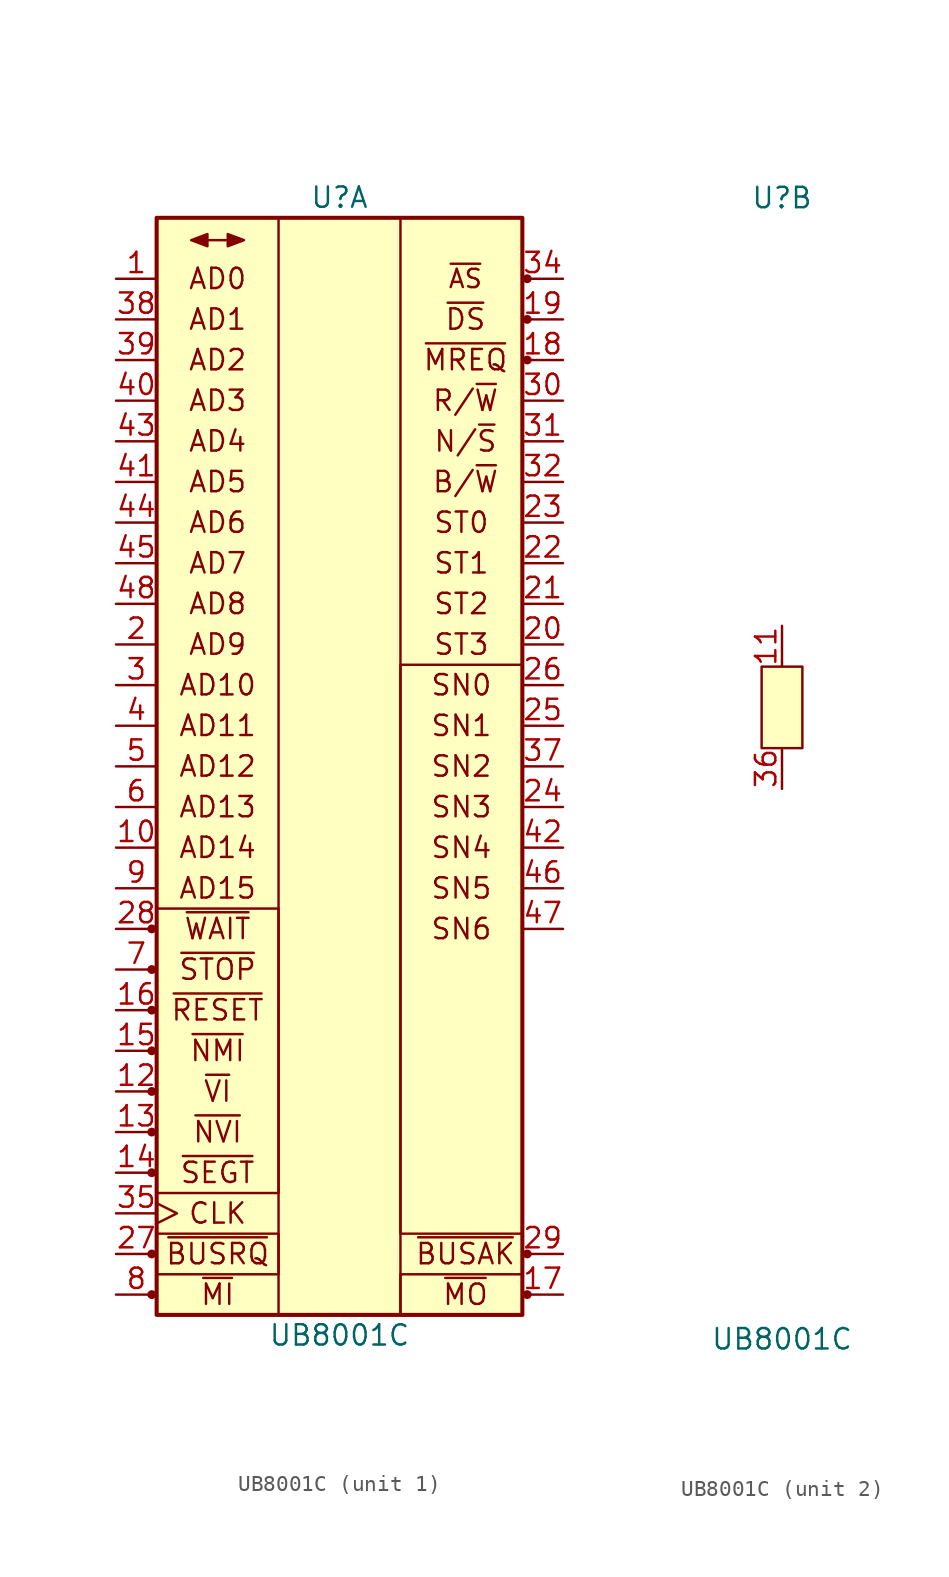
<source format=kicad_sym>
(kicad_symbol_lib
  (version 20211014)
  (generator kicad_symbol_editor)
  (symbol "UB8001C"
    (pin_names
      (offset 1.016) hide)
    (property "Reference" "U"
      (at 0 31.75 0)
      (effects (font (size 1.27 1.27))))
    (property "Value" "UB8001C"
      (at 0 -39.37 0)
      (effects (font (size 1.27 1.27))))
    (property "ki_locked" ""
      (at 0 0 0)
      (effects (font (size 1.27 1.27))))
    (symbol "UB8001C_1_1"
      (circle (center -11.735 -36.83) (radius 0.203) (stroke (width 0) (type default) (color 0 0 0 0)) (fill (type outline)))
      (circle (center -11.735 -34.29) (radius 0.203) (stroke (width 0) (type default) (color 0 0 0 0)) (fill (type outline)))
      (circle (center -11.735 -29.21) (radius 0.203) (stroke (width 0) (type default) (color 0 0 0 0)) (fill (type outline)))
      (circle (center -11.735 -26.67) (radius 0.203) (stroke (width 0) (type default) (color 0 0 0 0)) (fill (type outline)))
      (circle (center -11.735 -24.13) (radius 0.203) (stroke (width 0) (type default) (color 0 0 0 0)) (fill (type outline)))
      (circle (center -11.735 -21.59) (radius 0.203) (stroke (width 0) (type default) (color 0 0 0 0)) (fill (type outline)))
      (circle (center -11.735 -19.05) (radius 0.203) (stroke (width 0) (type default) (color 0 0 0 0)) (fill (type outline)))
      (circle (center -11.735 -16.51) (radius 0.203) (stroke (width 0) (type default) (color 0 0 0 0)) (fill (type outline)))
      (circle (center -11.735 -13.97) (radius 0.203) (stroke (width 0) (type default) (color 0 0 0 0)) (fill (type outline)))
      (rectangle (start -11.43 -35.56) (end -3.81 -33.02) (stroke (width 0) (type default) (color 0 0 0 0)) (fill (type none)))
      (rectangle (start -11.43 -12.7) (end -3.81 -30.48) (stroke (width 0) (type default) (color 0 0 0 0)) (fill (type none)))
      (rectangle (start -11.43 30.48) (end 11.43 -38.1) (stroke (width 0.254) (type default) (color 0 0 0 0)) (fill (type background)))
      (rectangle (start -3.81 30.48) (end 3.81 -38.1) (stroke (width 0) (type default) (color 0 0 0 0)) (fill (type none)))
      (polyline (pts (xy -8.255 29.083) (xy -6.985 29.083)) (stroke (width 0) (type default) (color 0 0 0 0)) (fill (type none)))
      (polyline (pts (xy -8.255 29.464) (xy -9.271 29.083) (xy -8.255 28.702) (xy -8.255 29.464)) (stroke (width 0) (type default) (color 0 0 0 0)) (fill (type outline)))
      (polyline (pts (xy -6.985 29.464) (xy -5.969 29.083) (xy -6.985 28.702) (xy -6.985 29.464)) (stroke (width 0) (type default) (color 0 0 0 0)) (fill (type outline)))
      (rectangle (start 3.81 -35.56) (end 11.43 -38.1) (stroke (width 0) (type default) (color 0 0 0 0)) (fill (type none)))
      (rectangle (start 3.81 2.54) (end 11.43 -33.02) (stroke (width 0) (type default) (color 0 0 0 0)) (fill (type none)))
      (circle (center 11.735 -36.83) (radius 0.203) (stroke (width 0) (type default) (color 0 0 0 0)) (fill (type outline)))
      (circle (center 11.735 -34.29) (radius 0.203) (stroke (width 0) (type default) (color 0 0 0 0)) (fill (type outline)))
      (circle (center 11.735 21.59) (radius 0.203) (stroke (width 0) (type default) (color 0 0 0 0)) (fill (type outline)))
      (circle (center 11.735 24.13) (radius 0.203) (stroke (width 0) (type default) (color 0 0 0 0)) (fill (type outline)))
      (circle (center 11.735 26.67) (radius 0.203) (stroke (width 0) (type default) (color 0 0 0 0)) (fill (type outline)))
      (text "AD0" (at -7.62 26.67 0) (effects (font (size 1.27 1.27))))
      (text "AD1" (at -7.62 24.13 0) (effects (font (size 1.27 1.27))))
      (text "AD10" (at -7.62 1.27 0) (effects (font (size 1.27 1.27))))
      (text "AD11" (at -7.62 -1.27 0) (effects (font (size 1.27 1.27))))
      (text "AD12" (at -7.62 -3.81 0) (effects (font (size 1.27 1.27))))
      (text "AD13" (at -7.62 -6.35 0) (effects (font (size 1.27 1.27))))
      (text "AD14" (at -7.62 -8.89 0) (effects (font (size 1.27 1.27))))
      (text "AD15" (at -7.62 -11.43 0) (effects (font (size 1.27 1.27))))
      (text "AD2" (at -7.62 21.59 0) (effects (font (size 1.27 1.27))))
      (text "AD3" (at -7.62 19.05 0) (effects (font (size 1.27 1.27))))
      (text "AD4" (at -7.62 16.51 0) (effects (font (size 1.27 1.27))))
      (text "AD5" (at -7.62 13.97 0) (effects (font (size 1.27 1.27))))
      (text "AD6" (at -7.62 11.43 0) (effects (font (size 1.27 1.27))))
      (text "AD7" (at -7.62 8.89 0) (effects (font (size 1.27 1.27))))
      (text "AD8" (at -7.62 6.35 0) (effects (font (size 1.27 1.27))))
      (text "AD9" (at -7.62 3.81 0) (effects (font (size 1.27 1.27))))
      (text "B/~{W}" (at 7.874 13.97 0) (effects (font (size 1.27 1.27))))
      (text "CLK" (at -7.62 -31.75 0) (effects (font (size 1.27 1.27))))
      (text "N/~{S}" (at 7.874 16.51 0) (effects (font (size 1.27 1.27))))
      (text "R/~{W}" (at 7.874 19.05 0) (effects (font (size 1.27 1.27))))
      (text "SN0" (at 7.62 1.27 0) (effects (font (size 1.27 1.27))))
      (text "SN1" (at 7.62 -1.27 0) (effects (font (size 1.27 1.27))))
      (text "SN2" (at 7.62 -3.81 0) (effects (font (size 1.27 1.27))))
      (text "SN3" (at 7.62 -6.35 0) (effects (font (size 1.27 1.27))))
      (text "SN4" (at 7.62 -8.89 0) (effects (font (size 1.27 1.27))))
      (text "SN5" (at 7.62 -11.43 0) (effects (font (size 1.27 1.27))))
      (text "SN6" (at 7.62 -13.97 0) (effects (font (size 1.27 1.27))))
      (text "ST0" (at 7.62 11.43 0) (effects (font (size 1.27 1.27))))
      (text "ST1" (at 7.62 8.89 0) (effects (font (size 1.27 1.27))))
      (text "ST2" (at 7.62 6.35 0) (effects (font (size 1.27 1.27))))
      (text "ST3" (at 7.62 3.81 0) (effects (font (size 1.27 1.27))))
      (text "~{AS}" (at 7.874 26.67 0) (effects (font (size 1.143 1.143))))
      (text "~{BUSAK}" (at 7.874 -34.29 0) (effects (font (size 1.27 1.27))))
      (text "~{BUSRQ}" (at -7.62 -34.29 0) (effects (font (size 1.27 1.27))))
      (text "~{DS}" (at 7.874 24.13 0) (effects (font (size 1.27 1.27))))
      (text "~{MI}" (at -7.62 -36.83 0) (effects (font (size 1.27 1.27))))
      (text "~{MO}" (at 7.874 -36.83 0) (effects (font (size 1.27 1.27))))
      (text "~{MREQ}" (at 7.874 21.59 0) (effects (font (size 1.27 1.27))))
      (text "~{NMI}" (at -7.62 -21.59 0) (effects (font (size 1.27 1.27))))
      (text "~{NVI}" (at -7.62 -26.67 0) (effects (font (size 1.27 1.27))))
      (text "~{RESET}" (at -7.62 -19.05 0) (effects (font (size 1.27 1.27))))
      (text "~{SEGT}" (at -7.62 -29.21 0) (effects (font (size 1.27 1.27))))
      (text "~{STOP}" (at -7.62 -16.51 0) (effects (font (size 1.27 1.27))))
      (text "~{VI}" (at -7.62 -24.13 0) (effects (font (size 1.27 1.27))))
      (text "~{WAIT}" (at -7.62 -13.97 0) (effects (font (size 1.27 1.27))))
      (pin bidirectional line (at -13.97 26.67 0) (length 2.54) (name "AD0" (effects (font (size 1.27 1.27)))) (number "1" (effects (font (size 1.27 1.27)))))
      (pin bidirectional line (at -13.97 -8.89 0) (length 2.54) (name "AD14" (effects (font (size 1.27 1.27)))) (number "10" (effects (font (size 1.27 1.27)))))
      (pin input line (at -13.97 -24.13 0) (length 2.54) (name "~{VI}" (effects (font (size 1.27 1.27)))) (number "12" (effects (font (size 1.27 1.27)))))
      (pin input line (at -13.97 -26.67 0) (length 2.54) (name "~{NVI}" (effects (font (size 1.27 1.27)))) (number "13" (effects (font (size 1.27 1.27)))))
      (pin input line (at -13.97 -29.21 0) (length 2.54) (name "~{SEGT}" (effects (font (size 1.27 1.27)))) (number "14" (effects (font (size 1.27 1.27)))))
      (pin input line (at -13.97 -21.59 0) (length 2.54) (name "~{NMI}" (effects (font (size 1.27 1.27)))) (number "15" (effects (font (size 1.27 1.27)))))
      (pin input line (at -13.97 -19.05 0) (length 2.54) (name "~{RESET}" (effects (font (size 1.27 1.27)))) (number "16" (effects (font (size 1.27 1.27)))))
      (pin tri_state line (at 13.97 -36.83 180) (length 2.54) (name "~{MO}" (effects (font (size 1.27 1.27)))) (number "17" (effects (font (size 1.27 1.27)))))
      (pin tri_state line (at 13.97 21.59 180) (length 2.54) (name "~{MREQ}" (effects (font (size 1.27 1.27)))) (number "18" (effects (font (size 1.27 1.27)))))
      (pin tri_state line (at 13.97 24.13 180) (length 2.54) (name "~{DS}" (effects (font (size 1.27 1.27)))) (number "19" (effects (font (size 1.27 1.27)))))
      (pin bidirectional line (at -13.97 3.81 0) (length 2.54) (name "AD9" (effects (font (size 1.27 1.27)))) (number "2" (effects (font (size 1.27 1.27)))))
      (pin output line (at 13.97 3.81 180) (length 2.54) (name "ST3" (effects (font (size 1.27 1.27)))) (number "20" (effects (font (size 1.27 1.27)))))
      (pin output line (at 13.97 6.35 180) (length 2.54) (name "ST2" (effects (font (size 1.27 1.27)))) (number "21" (effects (font (size 1.27 1.27)))))
      (pin output line (at 13.97 8.89 180) (length 2.54) (name "ST1" (effects (font (size 1.27 1.27)))) (number "22" (effects (font (size 1.27 1.27)))))
      (pin output line (at 13.97 11.43 180) (length 2.54) (name "ST0" (effects (font (size 1.27 1.27)))) (number "23" (effects (font (size 1.27 1.27)))))
      (pin output line (at 13.97 -6.35 180) (length 2.54) (name "SN3" (effects (font (size 1.27 1.27)))) (number "24" (effects (font (size 1.27 1.27)))))
      (pin output line (at 13.97 -1.27 180) (length 2.54) (name "SN1" (effects (font (size 1.27 1.27)))) (number "25" (effects (font (size 1.27 1.27)))))
      (pin output line (at 13.97 1.27 180) (length 2.54) (name "SN0" (effects (font (size 1.27 1.27)))) (number "26" (effects (font (size 1.27 1.27)))))
      (pin input line (at -13.97 -34.29 0) (length 2.54) (name "~{BUSRQ}" (effects (font (size 1.27 1.27)))) (number "27" (effects (font (size 1.27 1.27)))))
      (pin input line (at -13.97 -13.97 0) (length 2.54) (name "~{WAIT}" (effects (font (size 1.27 1.27)))) (number "28" (effects (font (size 1.27 1.27)))))
      (pin tri_state line (at 13.97 -34.29 180) (length 2.54) (name "~{BUSAK}" (effects (font (size 1.27 1.27)))) (number "29" (effects (font (size 1.27 1.27)))))
      (pin bidirectional line (at -13.97 1.27 0) (length 2.54) (name "AD10" (effects (font (size 1.27 1.27)))) (number "3" (effects (font (size 1.27 1.27)))))
      (pin tri_state line (at 13.97 19.05 180) (length 2.54) (name "R/~{W}" (effects (font (size 1.27 1.27)))) (number "30" (effects (font (size 1.27 1.27)))))
      (pin tri_state line (at 13.97 16.51 180) (length 2.54) (name "N/~{S}" (effects (font (size 1.27 1.27)))) (number "31" (effects (font (size 1.27 1.27)))))
      (pin tri_state line (at 13.97 13.97 180) (length 2.54) (name "B/~{W}" (effects (font (size 1.27 1.27)))) (number "32" (effects (font (size 1.27 1.27)))))
      (pin no_connect line (at 13.97 -31.75 180) (length 2.54) hide (name "i.V." (effects (font (size 1.27 1.27)))) (number "33" (effects (font (size 1.27 1.27)))))
      (pin tri_state line (at 13.97 26.67 180) (length 2.54) (name "~{AS}" (effects (font (size 1.27 1.27)))) (number "34" (effects (font (size 1.27 1.27)))))
      (pin input clock (at -13.97 -31.75 0) (length 2.54) (name "CLK" (effects (font (size 1.27 1.27)))) (number "35" (effects (font (size 1.27 1.27)))))
      (pin output line (at 13.97 -3.81 180) (length 2.54) (name "SN2" (effects (font (size 1.27 1.27)))) (number "37" (effects (font (size 1.27 1.27)))))
      (pin bidirectional line (at -13.97 24.13 0) (length 2.54) (name "AD1" (effects (font (size 1.27 1.27)))) (number "38" (effects (font (size 1.27 1.27)))))
      (pin bidirectional line (at -13.97 21.59 0) (length 2.54) (name "AD2" (effects (font (size 1.27 1.27)))) (number "39" (effects (font (size 1.27 1.27)))))
      (pin bidirectional line (at -13.97 -1.27 0) (length 2.54) (name "AD11" (effects (font (size 1.27 1.27)))) (number "4" (effects (font (size 1.27 1.27)))))
      (pin bidirectional line (at -13.97 19.05 0) (length 2.54) (name "AD3" (effects (font (size 1.27 1.27)))) (number "40" (effects (font (size 1.27 1.27)))))
      (pin bidirectional line (at -13.97 13.97 0) (length 2.54) (name "AD5" (effects (font (size 1.27 1.27)))) (number "41" (effects (font (size 1.27 1.27)))))
      (pin output line (at 13.97 -8.89 180) (length 2.54) (name "SN4" (effects (font (size 1.27 1.27)))) (number "42" (effects (font (size 1.27 1.27)))))
      (pin bidirectional line (at -13.97 16.51 0) (length 2.54) (name "AD4" (effects (font (size 1.27 1.27)))) (number "43" (effects (font (size 1.27 1.27)))))
      (pin bidirectional line (at -13.97 11.43 0) (length 2.54) (name "AD6" (effects (font (size 1.27 1.27)))) (number "44" (effects (font (size 1.27 1.27)))))
      (pin bidirectional line (at -13.97 8.89 0) (length 2.54) (name "AD7" (effects (font (size 1.27 1.27)))) (number "45" (effects (font (size 1.27 1.27)))))
      (pin output line (at 13.97 -11.43 180) (length 2.54) (name "SN5" (effects (font (size 1.27 1.27)))) (number "46" (effects (font (size 1.27 1.27)))))
      (pin output line (at 13.97 -13.97 180) (length 2.54) (name "SN6" (effects (font (size 1.27 1.27)))) (number "47" (effects (font (size 1.27 1.27)))))
      (pin bidirectional line (at -13.97 6.35 0) (length 2.54) (name "AD8" (effects (font (size 1.27 1.27)))) (number "48" (effects (font (size 1.27 1.27)))))
      (pin bidirectional line (at -13.97 -3.81 0) (length 2.54) (name "AD12" (effects (font (size 1.27 1.27)))) (number "5" (effects (font (size 1.27 1.27)))))
      (pin bidirectional line (at -13.97 -6.35 0) (length 2.54) (name "AD13" (effects (font (size 1.27 1.27)))) (number "6" (effects (font (size 1.27 1.27)))))
      (pin input line (at -13.97 -16.51 0) (length 2.54) (name "~{STOP}" (effects (font (size 1.27 1.27)))) (number "7" (effects (font (size 1.27 1.27)))))
      (pin input line (at -13.97 -36.83 0) (length 2.54) (name "~{MI}" (effects (font (size 1.27 1.27)))) (number "8" (effects (font (size 1.27 1.27)))))
      (pin bidirectional line (at -13.97 -11.43 0) (length 2.54) (name "AD15" (effects (font (size 1.27 1.27)))) (number "9" (effects (font (size 1.27 1.27))))))
    (symbol "UB8001C_2_1"
      (rectangle (start -1.27 2.54) (end 1.27 -2.54) (stroke (width 0) (type default) (color 0 0 0 0)) (fill (type background)))
      (pin power_in line (at 0 5.08 270) (length 2.54) (name "Vcc" (effects (font (size 1.27 1.27)))) (number "11" (effects (font (size 1.27 1.27)))))
      (pin power_in line (at 0 -5.08 90) (length 2.54) (name "GND" (effects (font (size 1.27 1.27)))) (number "36" (effects (font (size 1.27 1.27))))))))
</source>
